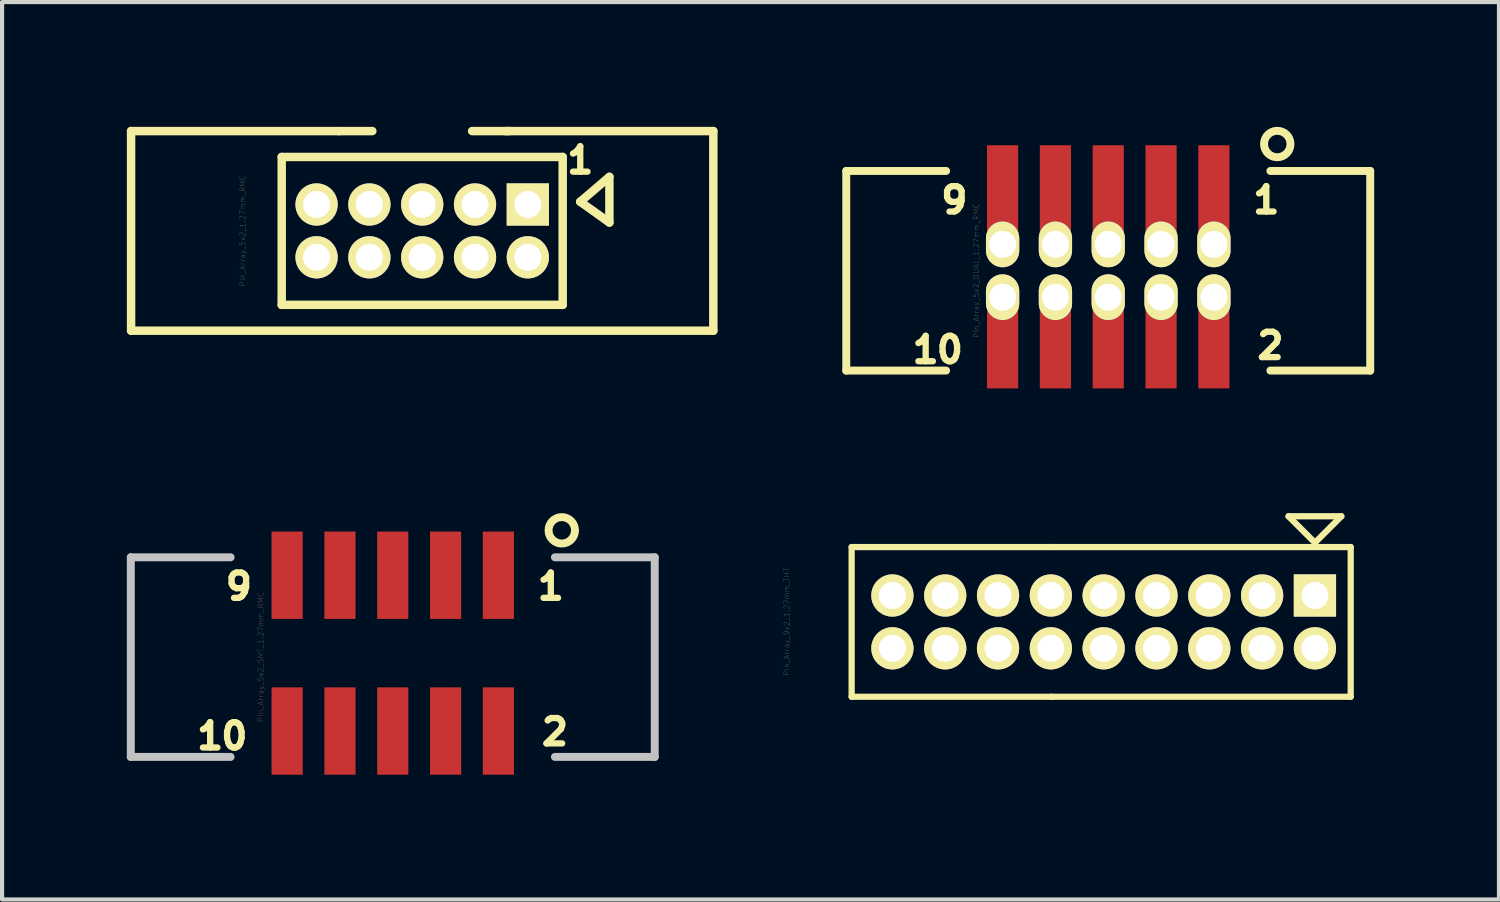
<source format=kicad_pcb>
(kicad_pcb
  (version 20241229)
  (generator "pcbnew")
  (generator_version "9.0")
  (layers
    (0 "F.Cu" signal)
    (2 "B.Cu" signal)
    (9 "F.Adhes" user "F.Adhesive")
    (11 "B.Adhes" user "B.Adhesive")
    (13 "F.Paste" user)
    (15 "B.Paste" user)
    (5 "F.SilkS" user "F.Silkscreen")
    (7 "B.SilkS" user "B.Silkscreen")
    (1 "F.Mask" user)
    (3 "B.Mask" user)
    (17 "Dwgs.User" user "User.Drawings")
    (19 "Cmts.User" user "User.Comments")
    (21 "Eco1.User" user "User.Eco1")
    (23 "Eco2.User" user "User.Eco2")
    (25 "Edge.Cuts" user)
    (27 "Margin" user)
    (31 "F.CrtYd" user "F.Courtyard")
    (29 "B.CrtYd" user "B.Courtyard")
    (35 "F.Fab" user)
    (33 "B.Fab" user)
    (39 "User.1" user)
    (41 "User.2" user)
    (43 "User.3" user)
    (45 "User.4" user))
  (footprint "Pin_Array_5x2_DUAL_1.27mm_RMC"
    (layer "F.Cu")
    (at 23.598 3.461)
    (property "Reference" "Pin_Array_5x2_DUAL_1.27mm_RMC" (at -3.175 0 90) (layer "F.SilkS") (effects (font (size 0.127 0.127) (thickness 0.003))))
    (attr through_hole)
    (fp_line (start -6.299 -2.4) (end -6.299 2.4) (stroke (width 0.191) (type solid)) (layer "F.SilkS"))
    (fp_line (start -6.299 -2.4) (end -3.899 -2.4) (stroke (width 0.191) (type solid)) (layer "F.SilkS"))
    (fp_line (start -6.299 2.4) (end -3.899 2.4) (stroke (width 0.191) (type solid)) (layer "F.SilkS"))
    (fp_line (start 6.299 -2.4) (end 3.899 -2.4) (stroke (width 0.191) (type solid)) (layer "F.SilkS"))
    (fp_line (start 6.299 -2.4) (end 6.299 2.4) (stroke (width 0.191) (type solid)) (layer "F.SilkS"))
    (fp_line (start 6.299 2.4) (end 3.899 2.4) (stroke (width 0.191) (type solid)) (layer "F.SilkS"))
    (fp_circle (center 4.064 -3.048) (end 4.255 -2.794) (stroke (width 0.191) (type solid)) (fill no) (layer "F.SilkS"))
    (fp_text user "2" (at 3.899 1.801 0) (layer "F.SilkS") (effects (font (size 0.61 0.61) (thickness 0.152))))
    (fp_text user "9" (at -3.701 -1.699 0) (layer "F.SilkS") (effects (font (size 0.61 0.61) (thickness 0.152))))
    (fp_text user "1" (at 3.8 -1.699 0) (layer "F.SilkS") (effects (font (size 0.61 0.61) (thickness 0.152))))
    (fp_text user "10" (at -4.1 1.9 0) (layer "F.SilkS") (effects (font (size 0.61 0.61) (thickness 0.152))))
    (pad "1" smd rect (at 2.54 -1.968) (size 0.749 2.101) (layers "F.Cu" "F.Mask" "F.Paste"))
    (pad "1" thru_hole oval (at 2.54 -0.635) (size 0.8 1.1) (drill 0.65) (layers "*.Cu" "*.Mask" "F.SilkS"))
    (pad "2" thru_hole oval (at 2.54 0.635) (size 0.8 1.1) (drill 0.65) (layers "*.Cu" "*.Mask" "F.SilkS"))
    (pad "2" smd rect (at 2.54 1.778) (size 0.749 2.101) (layers "F.Cu" "F.Mask" "F.Paste"))
    (pad "3" smd rect (at 1.27 -1.968) (size 0.749 2.101) (layers "F.Cu" "F.Mask" "F.Paste"))
    (pad "3" thru_hole oval (at 1.27 -0.635) (size 0.8 1.1) (drill 0.65) (layers "*.Cu" "*.Mask" "F.SilkS"))
    (pad "4" thru_hole oval (at 1.27 0.635) (size 0.8 1.1) (drill 0.65) (layers "*.Cu" "*.Mask" "F.SilkS"))
    (pad "4" smd rect (at 1.27 1.778) (size 0.749 2.101) (layers "F.Cu" "F.Mask" "F.Paste"))
    (pad "5" smd rect (at 0 -1.968) (size 0.749 2.101) (layers "F.Cu" "F.Mask" "F.Paste"))
    (pad "5" thru_hole oval (at 0 -0.635) (size 0.8 1.1) (drill 0.65) (layers "*.Cu" "*.Mask" "F.SilkS"))
    (pad "6" thru_hole oval (at 0 0.635) (size 0.8 1.1) (drill 0.65) (layers "*.Cu" "*.Mask" "F.SilkS"))
    (pad "6" smd rect (at 0 1.778) (size 0.749 2.101) (layers "F.Cu" "F.Mask" "F.Paste"))
    (pad "7" smd rect (at -1.27 -1.968) (size 0.749 2.101) (layers "F.Cu" "F.Mask" "F.Paste"))
    (pad "7" thru_hole oval (at -1.27 -0.635) (size 0.8 1.1) (drill 0.65) (layers "*.Cu" "*.Mask" "F.SilkS"))
    (pad "8" thru_hole oval (at -1.27 0.635) (size 0.8 1.1) (drill 0.65) (layers "*.Cu" "*.Mask" "F.SilkS"))
    (pad "8" smd rect (at -1.27 1.778) (size 0.749 2.101) (layers "F.Cu" "F.Mask" "F.Paste"))
    (pad "9" smd rect (at -2.54 -1.968) (size 0.749 2.101) (layers "F.Cu" "F.Mask" "F.Paste"))
    (pad "9" thru_hole oval (at -2.54 -0.635) (size 0.8 1.1) (drill 0.65) (layers "*.Cu" "*.Mask" "F.SilkS"))
    (pad "10" thru_hole oval (at -2.54 0.635) (size 0.8 1.1) (drill 0.65) (layers "*.Cu" "*.Mask" "F.SilkS"))
    (pad "10" smd rect (at -2.54 1.778) (size 0.749 2.101) (layers "F.Cu" "F.Mask" "F.Paste")))
  (footprint "Pin_Array_9x2_1.27mm_THT"
    (layer "F.Cu")
    (at 23.488 11.904)
    (property "Reference" "Pin_Array_9x2_1.27mm_THT" (at -7.62 0 90) (layer "F.SilkS") (effects (font (size 0.127 0.127) (thickness 0.003))))
    (attr through_hole)
    (fp_line (start -6.06 1.8) (end -6.06 -1.8) (stroke (width 0.15) (type solid)) (layer "F.SilkS"))
    (fp_line (start -6.06 1.8) (end -1.26 1.8) (stroke (width 0.15) (type solid)) (layer "F.SilkS"))
    (fp_line (start -1.26 1.8) (end 5.94 1.8) (stroke (width 0.15) (type solid)) (layer "F.SilkS"))
    (fp_line (start -1.16 -1.8) (end -6.06 -1.8) (stroke (width 0.15) (type solid)) (layer "F.SilkS"))
    (fp_line (start -1.16 -1.8) (end 5.94 -1.8) (stroke (width 0.15) (type solid)) (layer "F.SilkS"))
    (fp_line (start 4.445 -2.54) (end 5.08 -1.905) (stroke (width 0.15) (type solid)) (layer "F.SilkS"))
    (fp_line (start 5.08 -1.905) (end 5.715 -2.54) (stroke (width 0.15) (type solid)) (layer "F.SilkS"))
    (fp_line (start 5.715 -2.54) (end 4.445 -2.54) (stroke (width 0.15) (type solid)) (layer "F.SilkS"))
    (fp_line (start 5.94 1.8) (end 5.94 -1.8) (stroke (width 0.15) (type solid)) (layer "F.SilkS"))
    (pad "1" thru_hole rect (at 5.08 -0.635) (size 1.016 1.016) (drill 0.65) (layers "*.Cu" "*.Mask" "F.SilkS"))
    (pad "2" thru_hole circle (at 5.08 0.635) (size 1.016 1.016) (drill 0.65) (layers "*.Cu" "*.Mask" "F.SilkS"))
    (pad "3" thru_hole circle (at 3.81 -0.635) (size 1.016 1.016) (drill 0.65) (layers "*.Cu" "*.Mask" "F.SilkS"))
    (pad "4" thru_hole circle (at 3.81 0.635) (size 1.016 1.016) (drill 0.65) (layers "*.Cu" "*.Mask" "F.SilkS"))
    (pad "5" thru_hole circle (at 2.54 -0.635) (size 1.016 1.016) (drill 0.65) (layers "*.Cu" "*.Mask" "F.SilkS"))
    (pad "6" thru_hole circle (at 2.54 0.635) (size 1.016 1.016) (drill 0.65) (layers "*.Cu" "*.Mask" "F.SilkS"))
    (pad "7" thru_hole circle (at 1.27 -0.635) (size 1.016 1.016) (drill 0.65) (layers "*.Cu" "*.Mask" "F.SilkS"))
    (pad "8" thru_hole circle (at 1.27 0.635) (size 1.016 1.016) (drill 0.65) (layers "*.Cu" "*.Mask" "F.SilkS"))
    (pad "9" thru_hole circle (at 0 -0.635) (size 1.016 1.016) (drill 0.65) (layers "*.Cu" "*.Mask" "F.SilkS"))
    (pad "10" thru_hole circle (at 0 0.635) (size 1.016 1.016) (drill 0.65) (layers "*.Cu" "*.Mask" "F.SilkS"))
    (pad "11" thru_hole circle (at -1.27 -0.635) (size 1.016 1.016) (drill 0.65) (layers "*.Cu" "*.Mask" "F.SilkS"))
    (pad "12" thru_hole circle (at -1.27 0.635) (size 1.016 1.016) (drill 0.65) (layers "*.Cu" "*.Mask" "F.SilkS"))
    (pad "13" thru_hole circle (at -2.54 -0.635) (size 1.016 1.016) (drill 0.65) (layers "*.Cu" "*.Mask" "F.SilkS"))
    (pad "14" thru_hole circle (at -2.54 0.635) (size 1.016 1.016) (drill 0.65) (layers "*.Cu" "*.Mask" "F.SilkS"))
    (pad "15" thru_hole circle (at -3.81 -0.635) (size 1.016 1.016) (drill 0.65) (layers "*.Cu" "*.Mask" "F.SilkS"))
    (pad "16" thru_hole circle (at -3.81 0.635) (size 1.016 1.016) (drill 0.65) (layers "*.Cu" "*.Mask" "F.SilkS"))
    (pad "17" thru_hole circle (at -5.08 -0.635) (size 1.016 1.016) (drill 0.65) (layers "*.Cu" "*.Mask" "F.SilkS"))
    (pad "18" thru_hole circle (at -5.08 0.635) (size 1.016 1.016) (drill 0.65) (layers "*.Cu" "*.Mask" "F.SilkS")))
  (footprint "Pin_Array_5x2_SMT_1.27mm_RMC"
    (layer "F.Cu")
    (at 6.394 12.75)
    (property "Reference" "Pin_Array_5x2_SMT_1.27mm_RMC" (at -3.175 0 90) (layer "F.SilkS") (effects (font (size 0.127 0.127) (thickness 0.003))))
    (attr through_hole)
    (fp_circle (center 4.064 -3.048) (end 4.255 -2.794) (stroke (width 0.191) (type solid)) (fill no) (layer "F.SilkS"))
    (fp_line (start -6.299 -2.4) (end -6.299 2.4) (stroke (width 0.191) (type solid)) (layer "Dwgs.User"))
    (fp_line (start -6.299 -2.4) (end -3.899 -2.4) (stroke (width 0.191) (type solid)) (layer "Dwgs.User"))
    (fp_line (start -6.299 2.4) (end -3.899 2.4) (stroke (width 0.191) (type solid)) (layer "Dwgs.User"))
    (fp_line (start 6.299 -2.4) (end 3.899 -2.4) (stroke (width 0.191) (type solid)) (layer "Dwgs.User"))
    (fp_line (start 6.299 -2.4) (end 6.299 2.4) (stroke (width 0.191) (type solid)) (layer "Dwgs.User"))
    (fp_line (start 6.299 2.4) (end 3.899 2.4) (stroke (width 0.191) (type solid)) (layer "Dwgs.User"))
    (fp_text user "10" (at -4.1 1.9 0) (layer "F.SilkS") (effects (font (size 0.61 0.61) (thickness 0.152))))
    (fp_text user "9" (at -3.701 -1.699 0) (layer "F.SilkS") (effects (font (size 0.61 0.61) (thickness 0.152))))
    (fp_text user "2" (at 3.899 1.801 0) (layer "F.SilkS") (effects (font (size 0.61 0.61) (thickness 0.152))))
    (fp_text user "1" (at 3.8 -1.699 0) (layer "F.SilkS") (effects (font (size 0.61 0.61) (thickness 0.152))))
    (pad "1" smd rect (at 2.54 -1.968) (size 0.749 2.101) (layers "F.Cu" "F.Mask" "F.Paste"))
    (pad "2" smd rect (at 2.54 1.778) (size 0.749 2.101) (layers "F.Cu" "F.Mask" "F.Paste"))
    (pad "3" smd rect (at 1.27 -1.968) (size 0.749 2.101) (layers "F.Cu" "F.Mask" "F.Paste"))
    (pad "4" smd rect (at 1.27 1.778) (size 0.749 2.101) (layers "F.Cu" "F.Mask" "F.Paste"))
    (pad "5" smd rect (at 0 -1.968) (size 0.749 2.101) (layers "F.Cu" "F.Mask" "F.Paste"))
    (pad "6" smd rect (at 0 1.778) (size 0.749 2.101) (layers "F.Cu" "F.Mask" "F.Paste"))
    (pad "7" smd rect (at -1.27 -1.968) (size 0.749 2.101) (layers "F.Cu" "F.Mask" "F.Paste"))
    (pad "8" smd rect (at -1.27 1.778) (size 0.749 2.101) (layers "F.Cu" "F.Mask" "F.Paste"))
    (pad "9" smd rect (at -2.54 -1.968) (size 0.749 2.101) (layers "F.Cu" "F.Mask" "F.Paste"))
    (pad "10" smd rect (at -2.54 1.778) (size 0.749 2.101) (layers "F.Cu" "F.Mask" "F.Paste")))
  (footprint "Pin_Array_5x2_1.27mm_RMC"
    (layer "F.Cu")
    (at 7.102 2.502)
    (property "Reference" "Pin_Array_5x2_1.27mm_RMC" (at -4.318 0 90) (layer "F.SilkS") (effects (font (size 0.127 0.127) (thickness 0.003))))
    (attr through_hole)
    (fp_line (start -7 -2.4) (end -7 2.4) (stroke (width 0.203) (type solid)) (layer "F.SilkS"))
    (fp_line (start -7 -2.4) (end -1.999 -2.4) (stroke (width 0.203) (type solid)) (layer "F.SilkS"))
    (fp_line (start -3.378 -1.778) (end 3.378 -1.778) (stroke (width 0.203) (type solid)) (layer "F.SilkS"))
    (fp_line (start -3.378 1.778) (end -3.378 -1.778) (stroke (width 0.203) (type solid)) (layer "F.SilkS"))
    (fp_line (start -3.378 1.778) (end 3.378 1.778) (stroke (width 0.203) (type solid)) (layer "F.SilkS"))
    (fp_line (start -1.199 -2.4) (end -1.999 -2.4) (stroke (width 0.203) (type solid)) (layer "F.SilkS"))
    (fp_line (start 1.199 -2.4) (end 2.101 -2.4) (stroke (width 0.203) (type solid)) (layer "F.SilkS"))
    (fp_line (start 1.999 -2.4) (end 7 -2.4) (stroke (width 0.203) (type solid)) (layer "F.SilkS"))
    (fp_line (start 3.378 -1.778) (end 3.378 1.778) (stroke (width 0.203) (type solid)) (layer "F.SilkS"))
    (fp_line (start 3.8 -0.701) (end 4.501 -1.3) (stroke (width 0.203) (type solid)) (layer "F.SilkS"))
    (fp_line (start 4.501 -1.3) (end 4.501 -0.201) (stroke (width 0.203) (type solid)) (layer "F.SilkS"))
    (fp_line (start 4.501 -0.201) (end 3.8 -0.701) (stroke (width 0.203) (type solid)) (layer "F.SilkS"))
    (fp_line (start 7 -2.4) (end 7 2.4) (stroke (width 0.203) (type solid)) (layer "F.SilkS"))
    (fp_line (start 7 2.4) (end -7 2.4) (stroke (width 0.203) (type solid)) (layer "F.SilkS"))
    (fp_text user "1" (at 3.8 -1.699 0) (layer "F.SilkS") (effects (font (size 0.61 0.61) (thickness 0.152))))
    (pad "1" thru_hole rect (at 2.54 -0.635) (size 1.016 1.016) (drill 0.65) (layers "*.Cu" "*.Mask" "F.SilkS"))
    (pad "2" thru_hole circle (at 2.54 0.635) (size 1.016 1.016) (drill 0.65) (layers "*.Cu" "*.Mask" "F.SilkS"))
    (pad "3" thru_hole circle (at 1.27 -0.635) (size 1.016 1.016) (drill 0.65) (layers "*.Cu" "*.Mask" "F.SilkS"))
    (pad "4" thru_hole circle (at 1.27 0.635) (size 1.016 1.016) (drill 0.65) (layers "*.Cu" "*.Mask" "F.SilkS"))
    (pad "5" thru_hole circle (at 0 -0.635) (size 1.016 1.016) (drill 0.65) (layers "*.Cu" "*.Mask" "F.SilkS"))
    (pad "6" thru_hole circle (at 0 0.635) (size 1.016 1.016) (drill 0.65) (layers "*.Cu" "*.Mask" "F.SilkS"))
    (pad "7" thru_hole circle (at -1.27 -0.635) (size 1.016 1.016) (drill 0.65) (layers "*.Cu" "*.Mask" "F.SilkS"))
    (pad "8" thru_hole circle (at -1.27 0.635) (size 1.016 1.016) (drill 0.65) (layers "*.Cu" "*.Mask" "F.SilkS"))
    (pad "9" thru_hole circle (at -2.54 -0.635) (size 1.016 1.016) (drill 0.65) (layers "*.Cu" "*.Mask" "F.SilkS"))
    (pad "10" thru_hole circle (at -2.54 0.635) (size 1.016 1.016) (drill 0.65) (layers "*.Cu" "*.Mask" "F.SilkS")))
  (gr_rect
    (start -3 -3)
    (end 32.993 18.578)
    (stroke (width 0.1) (type default))
    (fill no)
    (layer "Edge.Cuts")))
</source>
